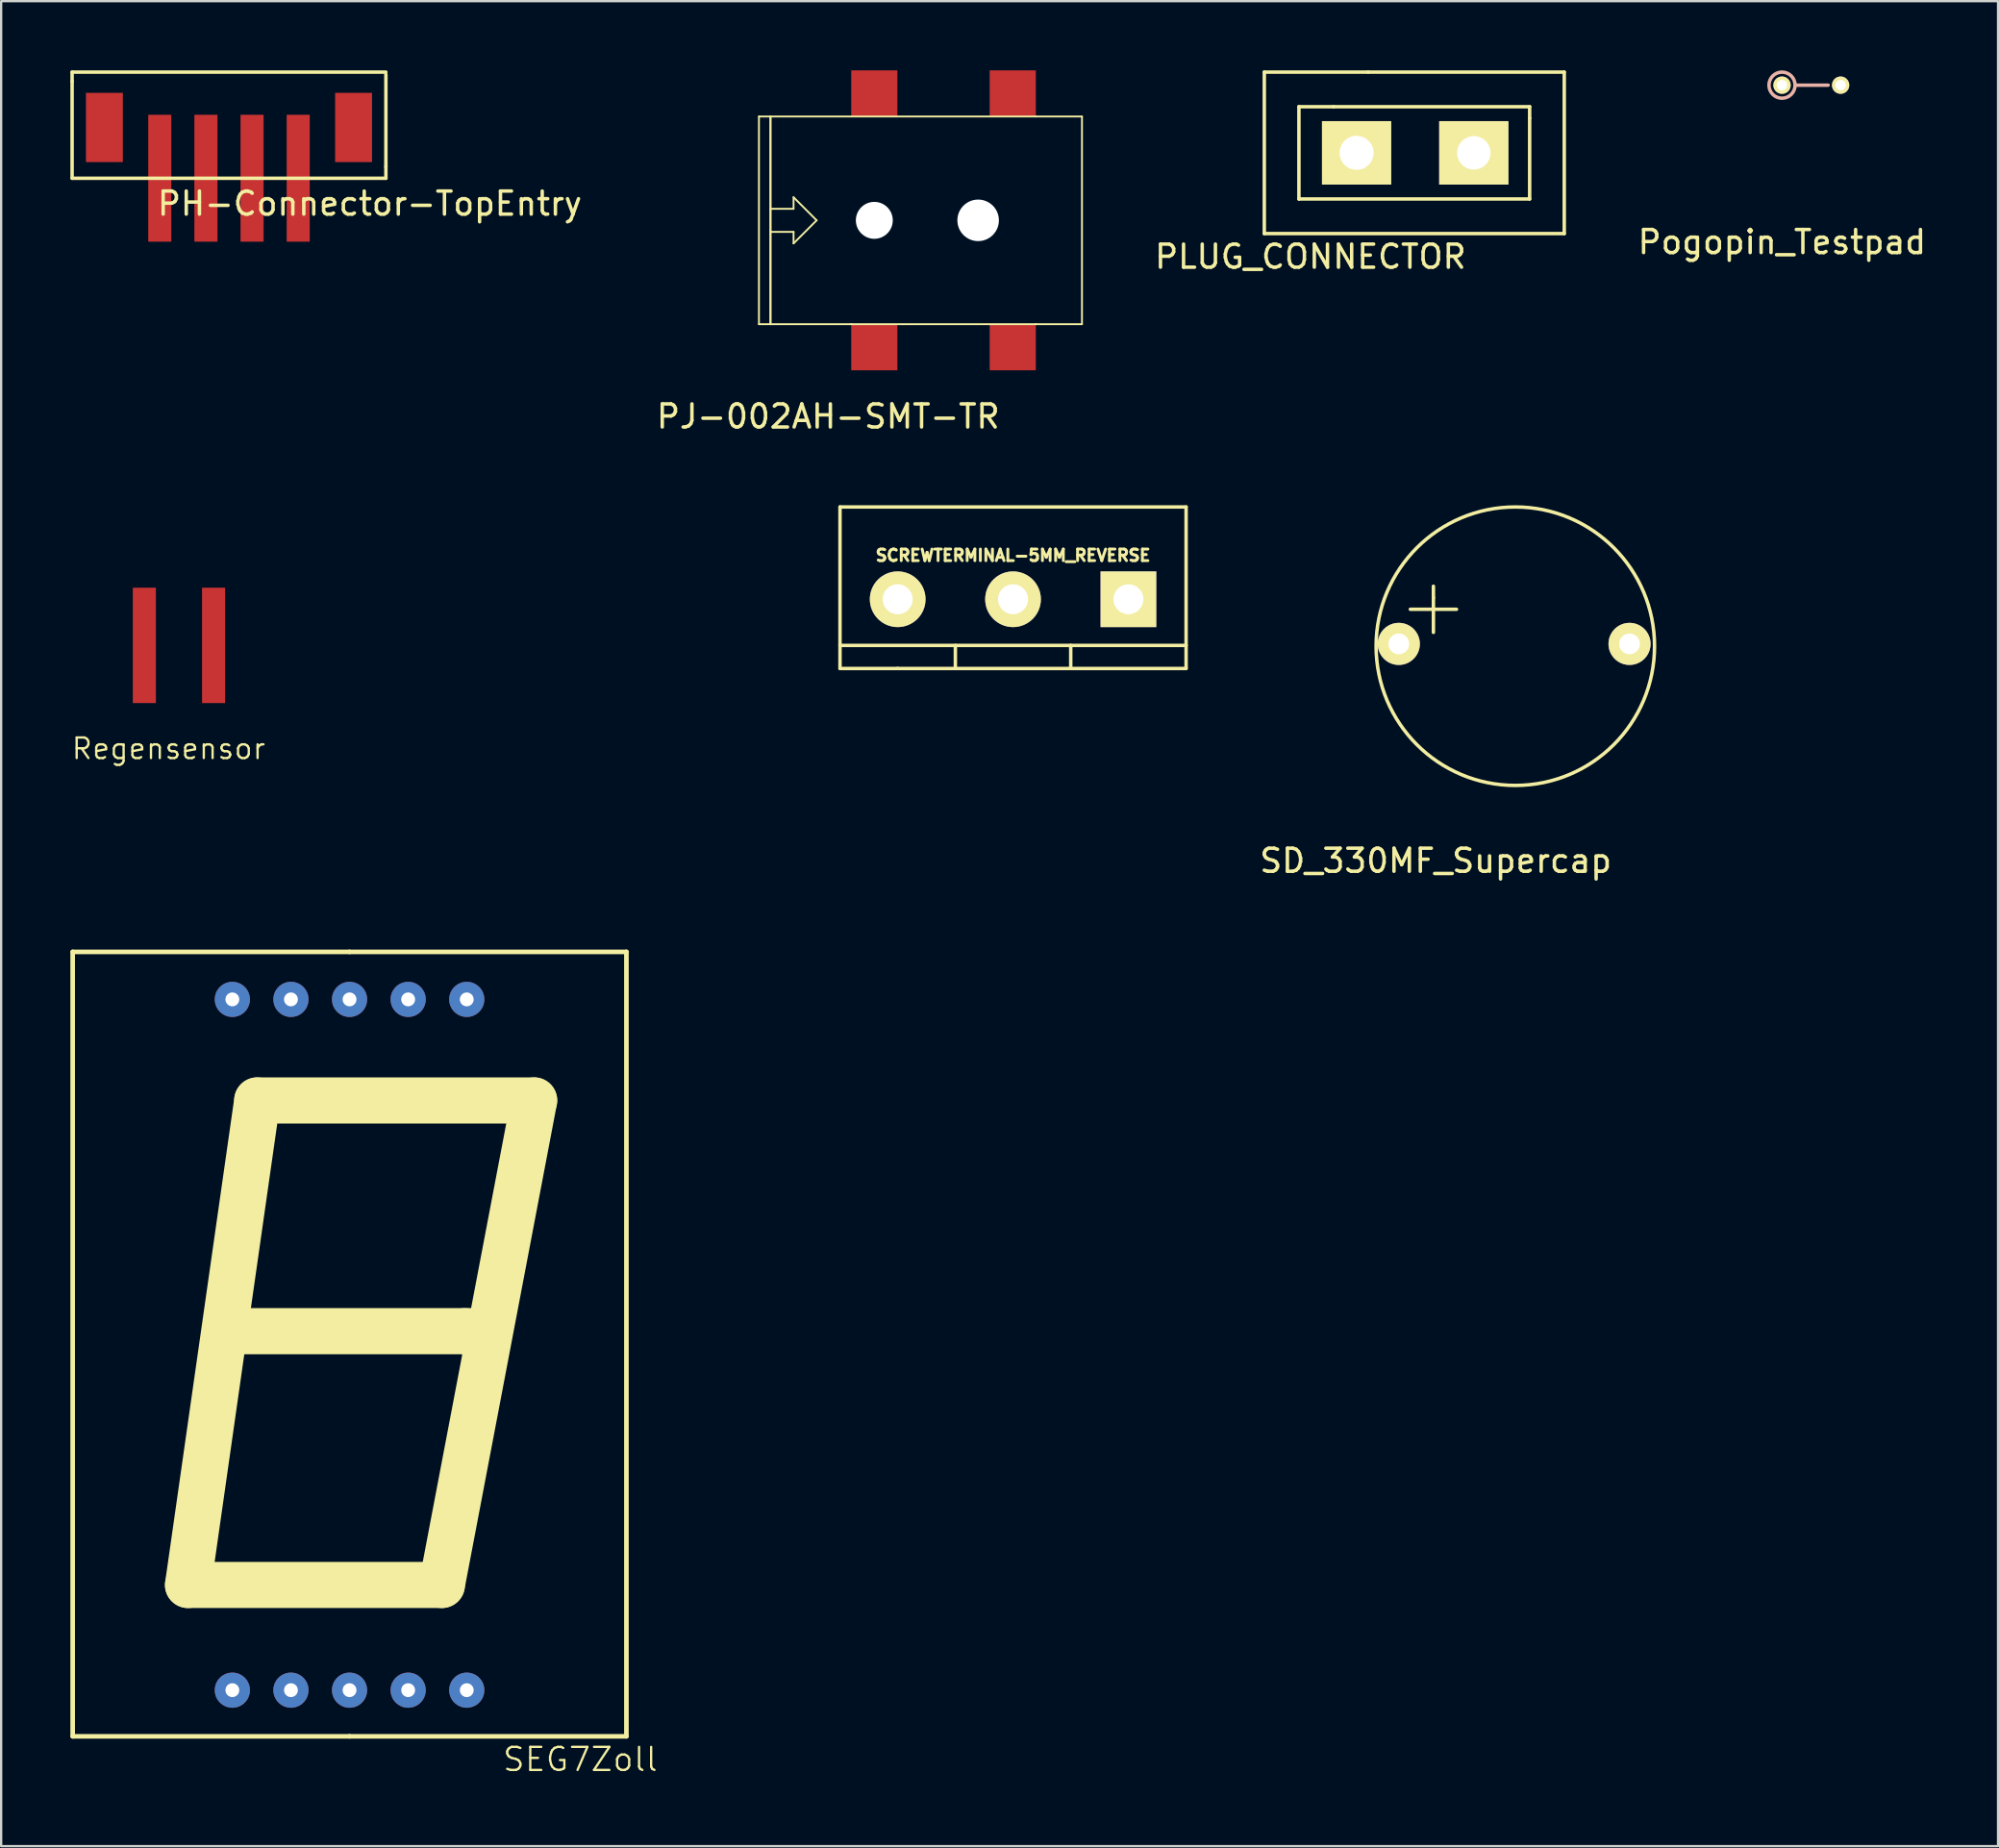
<source format=kicad_pcb>
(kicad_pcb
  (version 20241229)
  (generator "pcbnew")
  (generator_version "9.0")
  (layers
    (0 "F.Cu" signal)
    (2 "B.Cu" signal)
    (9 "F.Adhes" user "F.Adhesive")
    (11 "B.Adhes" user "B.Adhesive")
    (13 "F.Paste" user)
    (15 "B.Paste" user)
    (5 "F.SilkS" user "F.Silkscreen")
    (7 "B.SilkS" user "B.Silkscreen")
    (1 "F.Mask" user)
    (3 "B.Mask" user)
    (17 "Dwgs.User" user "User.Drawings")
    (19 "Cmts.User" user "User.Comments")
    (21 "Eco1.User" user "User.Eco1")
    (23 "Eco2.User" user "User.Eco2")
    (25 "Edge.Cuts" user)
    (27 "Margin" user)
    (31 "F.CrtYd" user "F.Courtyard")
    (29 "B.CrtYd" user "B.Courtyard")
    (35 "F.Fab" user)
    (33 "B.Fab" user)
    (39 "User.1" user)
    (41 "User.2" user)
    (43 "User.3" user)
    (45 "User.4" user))
  (footprint "SCREWTERMINAL-5MM_REVERSE"
    (layer "F.Cu")
    (at 35.857 22.923)
    (property "Reference" "SCREWTERMINAL-5MM_REVERSE" (at 5 -1.9 0) (layer "F.SilkS") (effects (font (size 0.5 0.5) (thickness 0.125))))
    (attr exclude_from_pos_files exclude_from_bom)
    (fp_line (start -2.5 -4) (end -2.5 3) (stroke (width 0.15) (type solid)) (layer "F.SilkS"))
    (fp_line (start -2.5 -4) (end 12.5 -4) (stroke (width 0.15) (type solid)) (layer "F.SilkS"))
    (fp_line (start -2.5 2) (end 12.5 2) (stroke (width 0.15) (type solid)) (layer "F.SilkS"))
    (fp_line (start 0 3) (end -2.5 3) (stroke (width 0.15) (type solid)) (layer "F.SilkS"))
    (fp_line (start 0 3) (end 12.5 3) (stroke (width 0.15) (type solid)) (layer "F.SilkS"))
    (fp_line (start 2.5 2) (end 2.5 3) (stroke (width 0.15) (type solid)) (layer "F.SilkS"))
    (fp_line (start 7.5 2) (end 7.5 3) (stroke (width 0.15) (type solid)) (layer "F.SilkS"))
    (fp_line (start 12.5 -4) (end 12.5 3) (stroke (width 0.15) (type solid)) (layer "F.SilkS"))
    (pad "1" thru_hole rect (at 10 0) (size 2.413 2.413) (drill 1.298) (layers "*.Cu" "*.Mask" "F.SilkS" "F.Paste"))
    (pad "2" thru_hole circle (at 4.999 0) (size 2.413 2.413) (drill 1.298) (layers "*.Cu" "*.Mask" "F.SilkS" "F.Paste"))
    (pad "3" thru_hole circle (at 0 0) (size 2.413 2.413) (drill 1.298) (layers "*.Cu" "*.Mask" "F.SilkS" "F.Paste")))
  (footprint "Regensensor"
    (layer "F.Cu")
    (at 7.207 24.923)
    (property "Reference" "Regensensor" (at -2.95 4.475 0) (layer "F.SilkS") (effects (font (size 0.89 0.89) (thickness 0.1))))
    (attr through_hole)
    (fp_line (start -5 -6) (end 23 -6) (stroke (width 0.15) (type solid)) (layer "F.Mask"))
    (fp_line (start -5 3) (end -5 -6) (stroke (width 0.15) (type solid)) (layer "F.Mask"))
    (fp_line (start 23 -6) (end 23 3) (stroke (width 0.15) (type solid)) (layer "F.Mask"))
    (fp_line (start 23 3) (end -5 3) (stroke (width 0.15) (type solid)) (layer "F.Mask"))
    (pad "1" smd rect (at -1 0) (size 1 5) (layers "F.Cu" "F.Mask" "F.Paste"))
    (pad "2" smd rect (at -4 0) (size 1 5) (layers "F.Cu" "F.Mask" "F.Paste")))
  (footprint "SEG7Zoll"
    (layer "F.Cu")
    (at 12.1 70.206)
    (property "Reference" "SEG7Zoll" (at 10 3 0) (layer "F.SilkS") (effects (font (size 1 1) (thickness 0.1))))
    (attr through_hole)
    (fp_line (start -12 -32) (end 0 -32) (stroke (width 0.2) (type solid)) (layer "F.SilkS"))
    (fp_line (start -12 2) (end -12 -32) (stroke (width 0.2) (type solid)) (layer "F.SilkS"))
    (fp_line (start -7 -4.56) (end 4 -4.56) (stroke (width 2) (type solid)) (layer "F.SilkS"))
    (fp_line (start -5 -15.56) (end 5 -15.56) (stroke (width 2) (type solid)) (layer "F.SilkS"))
    (fp_line (start -4 -25.56) (end -7 -4.56) (stroke (width 2) (type solid)) (layer "F.SilkS"))
    (fp_line (start 0 -32) (end 12 -32) (stroke (width 0.2) (type solid)) (layer "F.SilkS"))
    (fp_line (start 0 2) (end -12 2) (stroke (width 0.2) (type solid)) (layer "F.SilkS"))
    (fp_line (start 4 -4.56) (end 8 -25.56) (stroke (width 2) (type solid)) (layer "F.SilkS"))
    (fp_line (start 5 -15.56) (end 6 -15.56) (stroke (width 2) (type solid)) (layer "F.SilkS"))
    (fp_line (start 8 -25.56) (end -4 -25.56) (stroke (width 2) (type solid)) (layer "F.SilkS"))
    (fp_line (start 12 -32) (end 12 2) (stroke (width 0.2) (type solid)) (layer "F.SilkS"))
    (fp_line (start 12 2) (end 0 2) (stroke (width 0.2) (type solid)) (layer "F.SilkS"))
    (pad "1" thru_hole circle (at -5.08 0) (size 1.524 1.524) (drill 0.6) (layers "*.Cu" "*.Mask"))
    (pad "2" thru_hole circle (at -2.54 0) (size 1.524 1.524) (drill 0.6) (layers "*.Cu" "*.Mask"))
    (pad "3" thru_hole circle (at 0 0) (size 1.524 1.524) (drill 0.6) (layers "*.Cu" "*.Mask"))
    (pad "4" thru_hole circle (at 2.54 0) (size 1.524 1.524) (drill 0.6) (layers "*.Cu" "*.Mask"))
    (pad "5" thru_hole circle (at 5.08 0) (size 1.524 1.524) (drill 0.6) (layers "*.Cu" "*.Mask"))
    (pad "6" thru_hole circle (at 5.08 -29.94) (size 1.524 1.524) (drill 0.6) (layers "*.Cu" "*.Mask"))
    (pad "7" thru_hole circle (at 2.54 -29.94) (size 1.524 1.524) (drill 0.6) (layers "*.Cu" "*.Mask"))
    (pad "8" thru_hole circle (at 0 -29.94) (size 1.524 1.524) (drill 0.6) (layers "*.Cu" "*.Mask"))
    (pad "9" thru_hole circle (at -2.54 -29.94) (size 1.524 1.524) (drill 0.6) (layers "*.Cu" "*.Mask"))
    (pad "10" thru_hole circle (at -5.08 -29.94) (size 1.524 1.524) (drill 0.6) (layers "*.Cu" "*.Mask")))
  (footprint "PH-Connector-TopEntry"
    (layer "F.Cu")
    (at 1.675 2.475)
    (property "Reference" "PH-Connector-TopEntry" (at 11.3 3.3 0) (layer "F.SilkS") (effects (font (size 1 1) (thickness 0.15))))
    (attr through_hole)
    (fp_line (start -1.6 -2.4) (end 12 -2.4) (stroke (width 0.15) (type solid)) (layer "F.SilkS"))
    (fp_line (start -1.6 -2) (end -1.6 -2.4) (stroke (width 0.15) (type solid)) (layer "F.SilkS"))
    (fp_line (start -1.6 2.2) (end -1.6 -2) (stroke (width 0.15) (type solid)) (layer "F.SilkS"))
    (fp_line (start 12 -2.3) (end 12 1.7) (stroke (width 0.15) (type solid)) (layer "F.SilkS"))
    (fp_line (start 12 1.7) (end 12 2.2) (stroke (width 0.15) (type solid)) (layer "F.SilkS"))
    (fp_line (start 12 2.2) (end -1.6 2.2) (stroke (width 0.15) (type solid)) (layer "F.SilkS"))
    (pad "1" smd rect (at 2.2 2.2) (size 1 5.5) (layers "F.Cu" "F.Mask" "F.Paste"))
    (pad "2" smd rect (at 4.2 2.2) (size 1 5.5) (layers "F.Cu" "F.Mask" "F.Paste"))
    (pad "3" smd rect (at 6.2 2.2) (size 1 5.5) (layers "F.Cu" "F.Mask" "F.Paste"))
    (pad "4" smd rect (at 8.2 2.2) (size 1 5.5) (layers "F.Cu" "F.Mask" "F.Paste"))
    (pad "NC" smd rect (at -0.2 0) (size 1.6 3) (layers "F.Cu" "F.Mask" "F.Paste"))
    (pad "NC" smd rect (at 10.6 0) (size 1.6 3) (layers "F.Cu" "F.Mask" "F.Paste")))
  (footprint "SD_330MF_Supercap"
    (layer "F.Cu")
    (at 57.576 24.858)
    (property "Reference" "SD_330MF_Supercap" (at 1.6 9.4 0) (layer "F.SilkS") (effects (font (size 1 1) (thickness 0.15))))
    (attr through_hole)
    (fp_line (start 0.5 -1.5) (end 2.5 -1.5) (stroke (width 0.15) (type solid)) (layer "F.SilkS"))
    (fp_line (start 1.5 -2.5) (end 1.5 -2) (stroke (width 0.15) (type solid)) (layer "F.SilkS"))
    (fp_line (start 1.5 -2) (end 1.5 -0.5) (stroke (width 0.15) (type solid)) (layer "F.SilkS"))
    (fp_circle (center 5.05 0.1) (end 10.3 3.075) (stroke (width 0.15) (type solid)) (fill no) (layer "F.SilkS"))
    (pad "+" thru_hole circle (at 0 0) (size 1.824 1.824) (drill 0.9) (layers "*.Cu" "*.Mask" "F.SilkS"))
    (pad "-" thru_hole circle (at 10 0) (size 1.824 1.824) (drill 0.9) (layers "*.Cu" "*.Mask" "F.SilkS")))
  (footprint "PLUG_CONNECTOR"
    (layer "F.Cu")
    (at 55.747 3.575)
    (property "Reference" "PLUG_CONNECTOR" (at -2 4.5 0) (layer "F.SilkS") (effects (font (size 1 1) (thickness 0.15))))
    (attr through_hole)
    (fp_line (start -4 -3.5) (end -4 3.5) (stroke (width 0.15) (type solid)) (layer "F.SilkS"))
    (fp_line (start -4 3.5) (end 9 3.5) (stroke (width 0.15) (type solid)) (layer "F.SilkS"))
    (fp_line (start -2.5 -2) (end -2.5 2) (stroke (width 0.15) (type solid)) (layer "F.SilkS"))
    (fp_line (start -2.5 2) (end 7.5 2) (stroke (width 0.15) (type solid)) (layer "F.SilkS"))
    (fp_line (start -1 -2) (end -2.5 -2) (stroke (width 0.15) (type solid)) (layer "F.SilkS"))
    (fp_line (start 0.5 -3.5) (end -4 -3.5) (stroke (width 0.15) (type solid)) (layer "F.SilkS"))
    (fp_line (start 7.5 -2) (end -1 -2) (stroke (width 0.15) (type solid)) (layer "F.SilkS"))
    (fp_line (start 7.5 -1.5) (end 7.5 -2) (stroke (width 0.15) (type solid)) (layer "F.SilkS"))
    (fp_line (start 7.5 2) (end 7.5 -1.5) (stroke (width 0.15) (type solid)) (layer "F.SilkS"))
    (fp_line (start 9 -3.5) (end 0.5 -3.5) (stroke (width 0.15) (type solid)) (layer "F.SilkS"))
    (fp_line (start 9 3.5) (end 9 -3.5) (stroke (width 0.15) (type solid)) (layer "F.SilkS"))
    (pad "1" thru_hole rect (at 0 0) (size 3 2.75) (drill 1.475) (layers "*.Cu" "*.Mask" "F.SilkS"))
    (pad "1" thru_hole rect (at 5.08 0) (size 3 2.75) (drill 1.45) (layers "*.Cu" "*.Mask" "F.SilkS")))
  (footprint "Pogopin_Testpad"
    (layer "F.Cu")
    (at 74.185 0.641)
    (property "Reference" "Pogopin_Testpad" (at 0 6.8 0) (layer "F.SilkS") (effects (font (size 1 1) (thickness 0.15))))
    (attr through_hole)
    (fp_line (start 2 0) (end 0.6 0) (stroke (width 0.15) (type solid)) (layer "B.SilkS"))
    (fp_circle (center 0 0) (end 0.4 0.4) (stroke (width 0.15) (type solid)) (fill no) (layer "B.SilkS"))
    (pad "1" thru_hole circle (at 0 0) (size 0.75 0.75) (drill 0.45) (layers "*.Cu" "F.Mask" "F.SilkS"))
    (pad "2" thru_hole circle (at 2.54 0) (size 0.75 0.75) (drill 0.45) (layers "*.Cu" "F.Mask" "F.SilkS")))
  (footprint "PJ-002AH-SMT-TR"
    (layer "F.Cu")
    (at 34.844 1)
    (property "Reference" "PJ-002AH-SMT-TR" (at -2 14 0) (layer "F.SilkS") (effects (font (size 1 1) (thickness 0.15))))
    (attr through_hole)
    (fp_line (start -5 1) (end 7 1) (stroke (width 0.08) (type solid)) (layer "F.SilkS"))
    (fp_line (start -5 10) (end -5 1) (stroke (width 0.08) (type solid)) (layer "F.SilkS"))
    (fp_line (start -4.5 1) (end -4.5 10) (stroke (width 0.08) (type solid)) (layer "F.SilkS"))
    (fp_line (start -4.5 5) (end -3.5 5) (stroke (width 0.08) (type solid)) (layer "F.SilkS"))
    (fp_line (start -4.5 10) (end -4.5 1) (stroke (width 0.08) (type solid)) (layer "F.SilkS"))
    (fp_line (start -3.5 4.5) (end -2.5 5.5) (stroke (width 0.08) (type solid)) (layer "F.SilkS"))
    (fp_line (start -3.5 5) (end -3.5 4.5) (stroke (width 0.08) (type solid)) (layer "F.SilkS"))
    (fp_line (start -3.5 6) (end -4.5 6) (stroke (width 0.08) (type solid)) (layer "F.SilkS"))
    (fp_line (start -3.5 6.5) (end -3.5 6) (stroke (width 0.08) (type solid)) (layer "F.SilkS"))
    (fp_line (start -2.5 5.5) (end -3.5 6.5) (stroke (width 0.08) (type solid)) (layer "F.SilkS"))
    (fp_line (start -1 10) (end -5 10) (stroke (width 0.08) (type solid)) (layer "F.SilkS"))
    (fp_line (start -1 10) (end 7 10) (stroke (width 0.08) (type solid)) (layer "F.SilkS"))
    (fp_line (start 7 10) (end 9 10) (stroke (width 0.08) (type solid)) (layer "F.SilkS"))
    (fp_line (start 9 1) (end 7 1) (stroke (width 0.08) (type solid)) (layer "F.SilkS"))
    (fp_line (start 9 10) (end 9 1) (stroke (width 0.08) (type solid)) (layer "F.SilkS"))
    (pad "" np_thru_hole circle (at 0 5.5) (size 1.6 1.6) (drill 1.6) (layers "*.Cu" "*.Mask"))
    (pad "" np_thru_hole circle (at 4.5 5.5) (size 1.8 1.8) (drill 1.8) (layers "*.Cu" "*.Mask"))
    (pad "1" smd rect (at 0 0) (size 2 2) (layers "F.Cu" "F.Mask" "F.Paste"))
    (pad "1" smd rect (at 6 0) (size 2 2) (layers "F.Cu" "F.Mask" "F.Paste"))
    (pad "2" smd rect (at 0 11) (size 2 2) (layers "F.Cu" "F.Mask" "F.Paste"))
    (pad "3" smd rect (at 6 11) (size 2 2) (layers "F.Cu" "F.Mask" "F.Paste")))
  (gr_rect
    (start -3 -3)
    (end 83.548 76.966)
    (stroke (width 0.1) (type default))
    (fill no)
    (layer "Edge.Cuts")))
</source>
